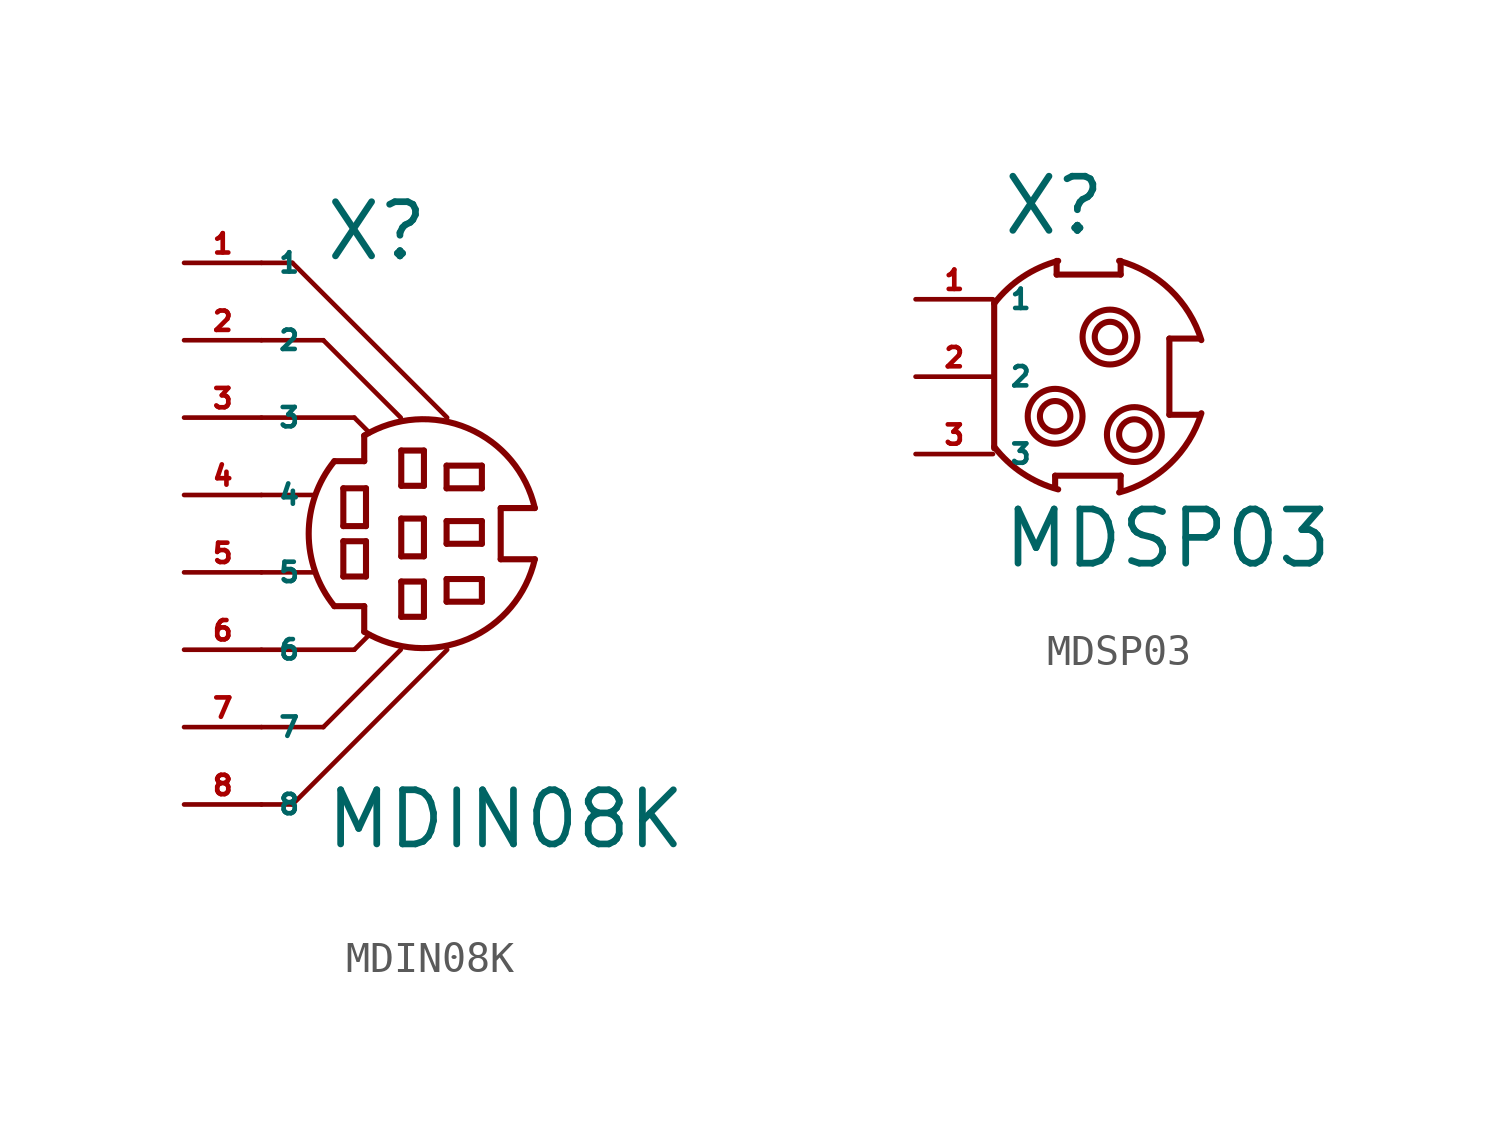
<source format=kicad_sym>
(kicad_symbol_lib
  (version 20220914)
  (generator Eagle2Kicad)
  (symbol "MDIN08K"
    (property "Reference" "X"
      (at -3.048 10.16 0)
      (effects (font (size 1.778 1.778) (thickness 0.22)) (justify left bottom)))
    (property "Value" "MDIN08K"
      (at -3.048 -9.144 0)
      (effects (font (size 1.778 1.778) (thickness 0.22)) (justify left bottom)))
    (polyline
      (pts (xy 3.894 0.43) (xy 2.774 0.43))
      (stroke (width 0.2) (type default))
      (fill (type none)))
    (polyline
      (pts (xy 2.774 0.43) (xy 2.774 2.11))
      (stroke (width 0.2) (type default))
      (fill (type none)))
    (polyline
      (pts (xy 2.774 2.11) (xy 3.894 2.11))
      (stroke (width 0.2) (type default))
      (fill (type none)))
    (polyline
      (pts (xy -1.706 4.49) (xy -1.706 3.65))
      (stroke (width 0.2) (type default))
      (fill (type none)))
    (polyline
      (pts (xy -1.706 3.65) (xy -2.686 3.65))
      (stroke (width 0.2) (type default))
      (fill (type none)))
    (polyline
      (pts (xy -1.706 -1.95) (xy -1.706 -1.11))
      (stroke (width 0.2) (type default))
      (fill (type none)))
    (polyline
      (pts (xy -1.706 -1.11) (xy -2.686 -1.11))
      (stroke (width 0.2) (type default))
      (fill (type none)))
    (arc
      (start 3.8941 2.11)
      (mid 1.701 4.728)
      (end -1.706 4.49)
      (stroke (width 0.2) (type default))
      (fill (type none)))
    (arc
      (start -1.706 -1.9499)
      (mid 1.701 -2.188)
      (end 3.894 0.43)
      (stroke (width 0.2) (type default))
      (fill (type none)))
    (arc
      (start -2.686 3.65)
      (mid -3.529 1.270)
      (end -2.686 -1.11)
      (stroke (width 0.2) (type default))
      (fill (type none)))
    (polyline
      (pts (xy 0.998 3.503) (xy 2.156 3.503))
      (stroke (width 0.2) (type default))
      (fill (type none)))
    (polyline
      (pts (xy 2.156 3.503) (xy 2.156 2.759))
      (stroke (width 0.2) (type default))
      (fill (type none)))
    (polyline
      (pts (xy 2.156 2.759) (xy 0.998 2.759))
      (stroke (width 0.2) (type default))
      (fill (type none)))
    (polyline
      (pts (xy 0.998 2.759) (xy 0.998 3.503))
      (stroke (width 0.2) (type default))
      (fill (type none)))
    (polyline
      (pts (xy 0.998 1.683) (xy 2.156 1.683))
      (stroke (width 0.2) (type default))
      (fill (type none)))
    (polyline
      (pts (xy 2.156 1.683) (xy 2.156 0.939))
      (stroke (width 0.2) (type default))
      (fill (type none)))
    (polyline
      (pts (xy 2.156 0.939) (xy 0.998 0.939))
      (stroke (width 0.2) (type default))
      (fill (type none)))
    (polyline
      (pts (xy 0.998 0.939) (xy 0.998 1.683))
      (stroke (width 0.2) (type default))
      (fill (type none)))
    (polyline
      (pts (xy 0.998 -0.219) (xy 2.156 -0.219))
      (stroke (width 0.2) (type default))
      (fill (type none)))
    (polyline
      (pts (xy 2.156 -0.219) (xy 2.156 -0.963))
      (stroke (width 0.2) (type default))
      (fill (type none)))
    (polyline
      (pts (xy 2.156 -0.963) (xy 0.998 -0.963))
      (stroke (width 0.2) (type default))
      (fill (type none)))
    (polyline
      (pts (xy 0.998 -0.963) (xy 0.998 -0.219))
      (stroke (width 0.2) (type default))
      (fill (type none)))
    (polyline
      (pts (xy -0.49 2.841) (xy -0.49 3.999))
      (stroke (width 0.2) (type default))
      (fill (type none)))
    (polyline
      (pts (xy -0.49 3.999) (xy 0.254 3.999))
      (stroke (width 0.2) (type default))
      (fill (type none)))
    (polyline
      (pts (xy 0.254 3.999) (xy 0.254 2.841))
      (stroke (width 0.2) (type default))
      (fill (type none)))
    (polyline
      (pts (xy 0.254 2.841) (xy -0.49 2.841))
      (stroke (width 0.2) (type default))
      (fill (type none)))
    (polyline
      (pts (xy 0.254 1.766) (xy 0.254 0.526))
      (stroke (width 0.2) (type default))
      (fill (type none)))
    (polyline
      (pts (xy 0.254 0.526) (xy -0.49 0.526))
      (stroke (width 0.2) (type default))
      (fill (type none)))
    (polyline
      (pts (xy -0.49 0.526) (xy -0.49 1.766))
      (stroke (width 0.2) (type default))
      (fill (type none)))
    (polyline
      (pts (xy -0.49 1.766) (xy 0.254 1.766))
      (stroke (width 0.2) (type default))
      (fill (type none)))
    (polyline
      (pts (xy 0.254 -0.301) (xy 0.254 -1.459))
      (stroke (width 0.2) (type default))
      (fill (type none)))
    (polyline
      (pts (xy 0.254 -1.459) (xy -0.49 -1.459))
      (stroke (width 0.2) (type default))
      (fill (type none)))
    (polyline
      (pts (xy -0.49 -1.459) (xy -0.49 -0.301))
      (stroke (width 0.2) (type default))
      (fill (type none)))
    (polyline
      (pts (xy -0.49 -0.301) (xy 0.254 -0.301))
      (stroke (width 0.2) (type default))
      (fill (type none)))
    (polyline
      (pts (xy -1.648 2.759) (xy -1.648 1.518))
      (stroke (width 0.2) (type default))
      (fill (type none)))
    (polyline
      (pts (xy -1.648 1.518) (xy -2.392 1.518))
      (stroke (width 0.2) (type default))
      (fill (type none)))
    (polyline
      (pts (xy -2.392 1.518) (xy -2.392 2.759))
      (stroke (width 0.2) (type default))
      (fill (type none)))
    (polyline
      (pts (xy -2.392 2.759) (xy -1.648 2.759))
      (stroke (width 0.2) (type default))
      (fill (type none)))
    (polyline
      (pts (xy -1.648 1.022) (xy -1.648 -0.136))
      (stroke (width 0.2) (type default))
      (fill (type none)))
    (polyline
      (pts (xy -1.648 -0.136) (xy -2.392 -0.136))
      (stroke (width 0.2) (type default))
      (fill (type none)))
    (polyline
      (pts (xy -2.392 -0.136) (xy -2.392 1.022))
      (stroke (width 0.2) (type default))
      (fill (type none)))
    (polyline
      (pts (xy -2.392 1.022) (xy -1.648 1.022))
      (stroke (width 0.2) (type default))
      (fill (type none)))
    (polyline
      (pts (xy -5.08 2.54) (xy -3.302 2.54))
      (stroke (width 0.152) (type default))
      (fill (type none)))
    (polyline
      (pts (xy -5.08 0) (xy -3.302 0))
      (stroke (width 0.152) (type default))
      (fill (type none)))
    (polyline
      (pts (xy -5.08 5.08) (xy -2.032 5.08))
      (stroke (width 0.152) (type default))
      (fill (type none)))
    (polyline
      (pts (xy -2.032 5.08) (xy -1.524 4.572))
      (stroke (width 0.152) (type default))
      (fill (type none)))
    (polyline
      (pts (xy -5.08 -2.54) (xy -2.032 -2.54))
      (stroke (width 0.152) (type default))
      (fill (type none)))
    (polyline
      (pts (xy -2.032 -2.54) (xy -1.524 -2.032))
      (stroke (width 0.152) (type default))
      (fill (type none)))
    (polyline
      (pts (xy -5.08 10.16) (xy -4.064 10.16))
      (stroke (width 0.152) (type default))
      (fill (type none)))
    (polyline
      (pts (xy -4.064 10.16) (xy 1.016 5.08))
      (stroke (width 0.152) (type default))
      (fill (type none)))
    (polyline
      (pts (xy -5.08 -7.62) (xy -4.064 -7.62))
      (stroke (width 0.152) (type default))
      (fill (type none)))
    (polyline
      (pts (xy -4.064 -7.62) (xy 1.016 -2.54))
      (stroke (width 0.152) (type default))
      (fill (type none)))
    (polyline
      (pts (xy -5.08 -5.08) (xy -3.048 -5.08))
      (stroke (width 0.152) (type default))
      (fill (type none)))
    (polyline
      (pts (xy -3.048 -5.08) (xy -0.508 -2.54))
      (stroke (width 0.152) (type default))
      (fill (type none)))
    (polyline
      (pts (xy -5.08 7.62) (xy -3.048 7.62))
      (stroke (width 0.152) (type default))
      (fill (type none)))
    (polyline
      (pts (xy -3.048 7.62) (xy -0.508 5.08))
      (stroke (width 0.152) (type default))
      (fill (type none)))
    (pin passive line
      (at -7.62 10.16 0)
      (length 2.54)
      (name "1" (effects (font (size 0.635 0.635) (thickness 0.08)) (justify left bottom)))
      (number "1" (effects (font (size 0.635 0.635) (thickness 0.08)) (justify left bottom))))
    (pin passive line
      (at -7.62 7.62 0)
      (length 2.54)
      (name "2" (effects (font (size 0.635 0.635) (thickness 0.08)) (justify left bottom)))
      (number "2" (effects (font (size 0.635 0.635) (thickness 0.08)) (justify left bottom))))
    (pin passive line
      (at -7.62 5.08 0)
      (length 2.54)
      (name "3" (effects (font (size 0.635 0.635) (thickness 0.08)) (justify left bottom)))
      (number "3" (effects (font (size 0.635 0.635) (thickness 0.08)) (justify left bottom))))
    (pin passive line
      (at -7.62 2.54 0)
      (length 2.54)
      (name "4" (effects (font (size 0.635 0.635) (thickness 0.08)) (justify left bottom)))
      (number "4" (effects (font (size 0.635 0.635) (thickness 0.08)) (justify left bottom))))
    (pin passive line
      (at -7.62 0 0)
      (length 2.54)
      (name "5" (effects (font (size 0.635 0.635) (thickness 0.08)) (justify left bottom)))
      (number "5" (effects (font (size 0.635 0.635) (thickness 0.08)) (justify left bottom))))
    (pin passive line
      (at -7.62 -2.54 0)
      (length 2.54)
      (name "6" (effects (font (size 0.635 0.635) (thickness 0.08)) (justify left bottom)))
      (number "6" (effects (font (size 0.635 0.635) (thickness 0.08)) (justify left bottom))))
    (pin passive line
      (at -7.62 -5.08 0)
      (length 2.54)
      (name "7" (effects (font (size 0.635 0.635) (thickness 0.08)) (justify left bottom)))
      (number "7" (effects (font (size 0.635 0.635) (thickness 0.08)) (justify left bottom))))
    (pin passive line
      (at -7.62 -7.62 0)
      (length 2.54)
      (name "8" (effects (font (size 0.635 0.635) (thickness 0.08)) (justify left bottom)))
      (number "8" (effects (font (size 0.635 0.635) (thickness 0.08)) (justify left bottom)))))
  (symbol "MDSP03"
    (property "Reference" "X"
      (at -2.286 4.572 0)
      (effects (font (size 1.778 1.778) (thickness 0.22)) (justify left bottom)))
    (property "Value" "MDSP03"
      (at -2.286 -6.35 0)
      (effects (font (size 1.778 1.778) (thickness 0.22)) (justify left bottom)))
    (polyline
      (pts (xy 1.65 3.8) (xy 1.65 3.35))
      (stroke (width 0.2) (type default))
      (fill (type none)))
    (polyline
      (pts (xy 1.65 3.35) (xy -0.45 3.35))
      (stroke (width 0.2) (type default))
      (fill (type none)))
    (polyline
      (pts (xy -0.45 3.35) (xy -0.45 3.8))
      (stroke (width 0.2) (type default))
      (fill (type none)))
    (polyline
      (pts (xy -0.5 -3.25) (xy 1.65 -3.25))
      (stroke (width 0.2) (type default))
      (fill (type none)))
    (polyline
      (pts (xy -0.5 -3.25) (xy -0.5 -3.6))
      (stroke (width 0.2) (type default))
      (fill (type none)))
    (polyline
      (pts (xy 4.25 -1.25) (xy 3.25 -1.25))
      (stroke (width 0.2) (type default))
      (fill (type none)))
    (polyline
      (pts (xy 3.25 -1.25) (xy 3.25 1.25))
      (stroke (width 0.2) (type default))
      (fill (type none)))
    (polyline
      (pts (xy 3.25 1.25) (xy 4.25 1.25))
      (stroke (width 0.2) (type default))
      (fill (type none)))
    (polyline
      (pts (xy -2.5 2.45) (xy -2.5 -2.35))
      (stroke (width 0.2) (type default))
      (fill (type none)))
    (arc
      (start 4.3 1.2)
      (mid 3.284 2.847)
      (end 1.6 3.8)
      (stroke (width 0.2) (type default))
      (fill (type none)))
    (polyline
      (pts (xy 1.65 -3.7) (xy 1.65 -3.25))
      (stroke (width 0.2) (type default))
      (fill (type none)))
    (arc
      (start 1.6 -3.8)
      (mid 3.284 -2.847)
      (end 4.3 -1.2)
      (stroke (width 0.2) (type default))
      (fill (type none)))
    (arc
      (start -0.4 3.8)
      (mid -1.565 3.273)
      (end -2.5 2.4)
      (stroke (width 0.2) (type default))
      (fill (type none)))
    (arc
      (start -2.5 -2.3)
      (mid -1.565 -3.173)
      (end -0.4 -3.7)
      (stroke (width 0.2) (type default))
      (fill (type none)))
    (circle
      (center 1.3 1.3)
      (radius 0.9)
      (stroke (width 0.2) (type default))
      (fill (type none)))
    (circle
      (center 1.3 1.3)
      (radius 0.5)
      (stroke (width 0.2) (type default))
      (fill (type none)))
    (circle
      (center 2.1 -1.9)
      (radius 0.9)
      (stroke (width 0.2) (type default))
      (fill (type none)))
    (circle
      (center 2.1 -1.9)
      (radius 0.5)
      (stroke (width 0.2) (type default))
      (fill (type none)))
    (circle
      (center -0.5 -1.3)
      (radius 0.9)
      (stroke (width 0.2) (type default))
      (fill (type none)))
    (circle
      (center -0.5 -1.3)
      (radius 0.5)
      (stroke (width 0.2) (type default))
      (fill (type none)))
    (pin passive line
      (at -5.08 2.54 0)
      (length 2.54)
      (name "1" (effects (font (size 0.635 0.635) (thickness 0.08)) (justify left bottom)))
      (number "1" (effects (font (size 0.635 0.635) (thickness 0.08)) (justify left bottom))))
    (pin passive line
      (at -5.08 0 0)
      (length 2.54)
      (name "2" (effects (font (size 0.635 0.635) (thickness 0.08)) (justify left bottom)))
      (number "2" (effects (font (size 0.635 0.635) (thickness 0.08)) (justify left bottom))))
    (pin passive line
      (at -5.08 -2.54 0)
      (length 2.54)
      (name "3" (effects (font (size 0.635 0.635) (thickness 0.08)) (justify left bottom)))
      (number "3" (effects (font (size 0.635 0.635) (thickness 0.08)) (justify left bottom))))))
</source>
